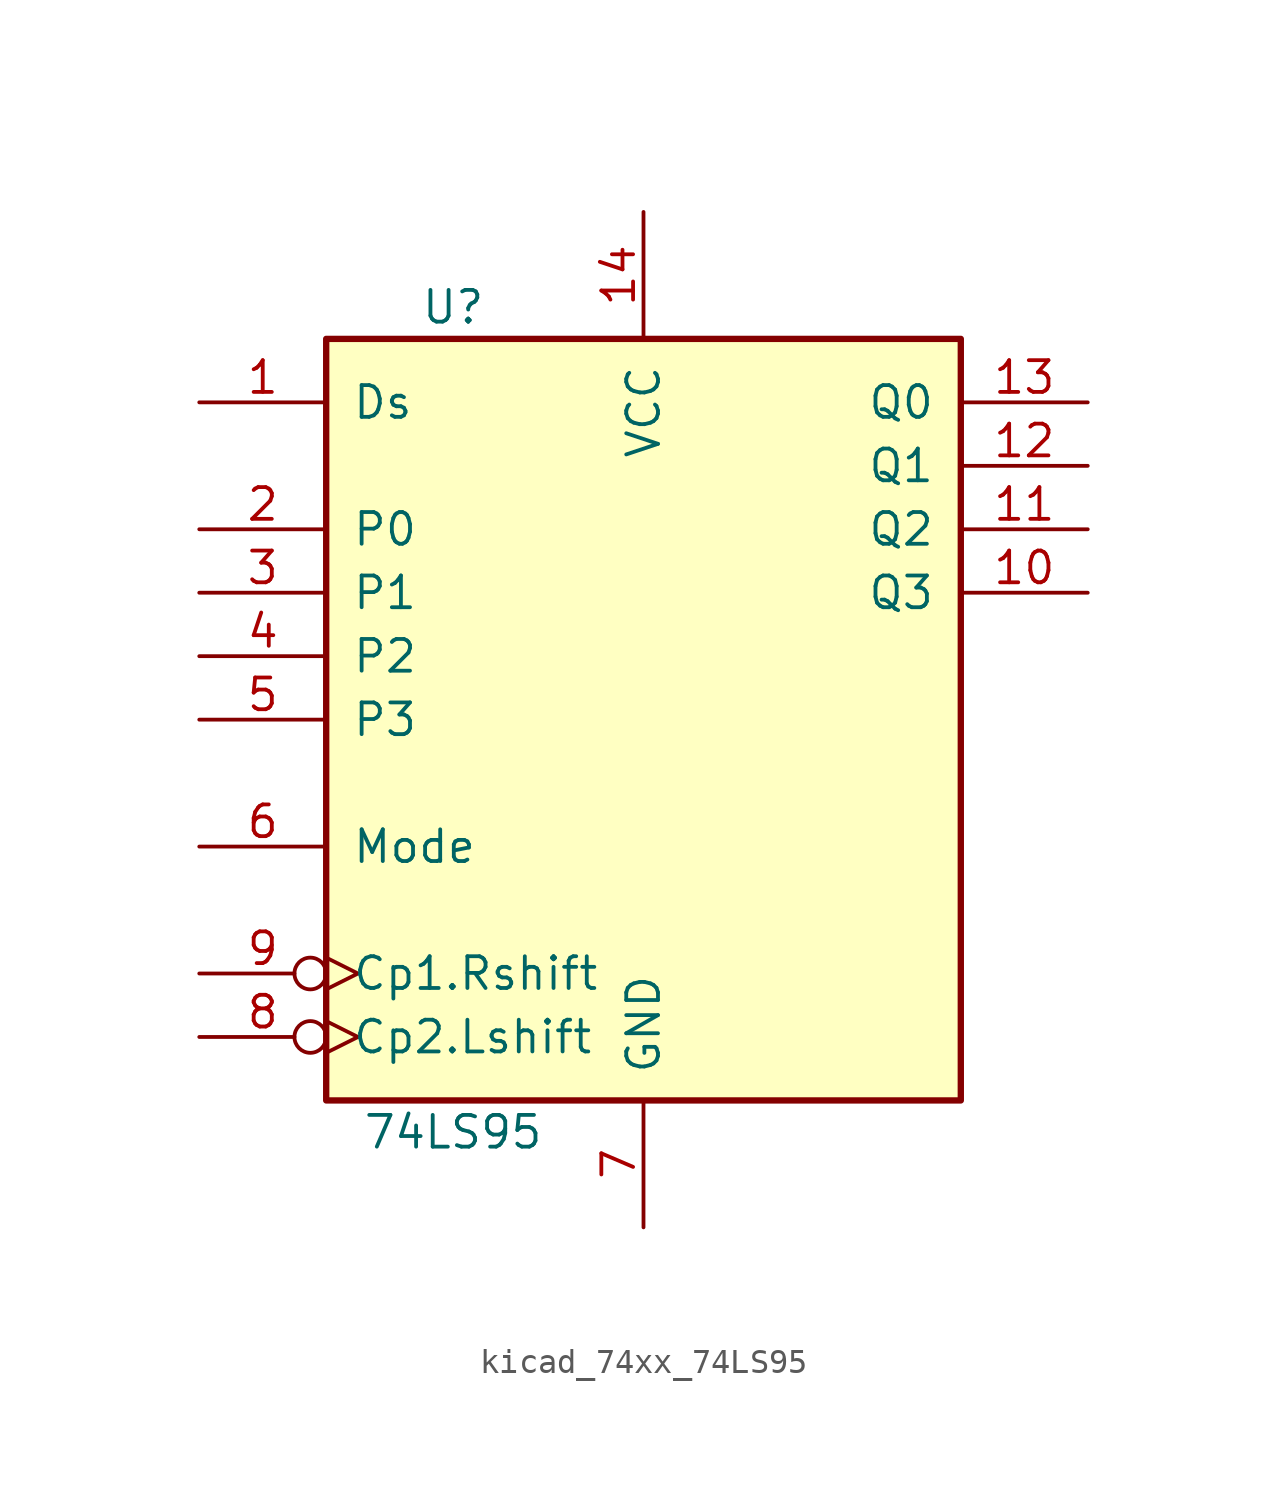
<source format=kicad_sym>
(kicad_symbol_lib
  (version 20220914)
  (generator kicad_symbol_editor)
  (symbol "kicad_74xx_74LS95"
    (pin_names
      (offset 1.016))
    (property "Reference" "U"
      (at -7.62 16.51 0)
      (effects (font (size 1.27 1.27))))
    (property "Value" "74LS95"
      (at -7.62 -16.51 0)
      (effects (font (size 1.27 1.27))))
    (property "ki_locked" ""
      (at 0 0 0)
      (effects (font (size 1.27 1.27))))
    (symbol "kicad_74xx_74LS95_1_0"
      (pin input line (at -17.78 12.7 0) (length 5.08) (name "Ds" (effects (font (size 1.27 1.27)))) (number "1" (effects (font (size 1.27 1.27)))))
      (pin output line (at 17.78 5.08 180) (length 5.08) (name "Q3" (effects (font (size 1.27 1.27)))) (number "10" (effects (font (size 1.27 1.27)))))
      (pin output line (at 17.78 7.62 180) (length 5.08) (name "Q2" (effects (font (size 1.27 1.27)))) (number "11" (effects (font (size 1.27 1.27)))))
      (pin output line (at 17.78 10.16 180) (length 5.08) (name "Q1" (effects (font (size 1.27 1.27)))) (number "12" (effects (font (size 1.27 1.27)))))
      (pin output line (at 17.78 12.7 180) (length 5.08) (name "Q0" (effects (font (size 1.27 1.27)))) (number "13" (effects (font (size 1.27 1.27)))))
      (pin power_in line (at 0 20.32 270) (length 5.08) (name "VCC" (effects (font (size 1.27 1.27)))) (number "14" (effects (font (size 1.27 1.27)))))
      (pin input line (at -17.78 7.62 0) (length 5.08) (name "P0" (effects (font (size 1.27 1.27)))) (number "2" (effects (font (size 1.27 1.27)))))
      (pin input line (at -17.78 5.08 0) (length 5.08) (name "P1" (effects (font (size 1.27 1.27)))) (number "3" (effects (font (size 1.27 1.27)))))
      (pin input line (at -17.78 2.54 0) (length 5.08) (name "P2" (effects (font (size 1.27 1.27)))) (number "4" (effects (font (size 1.27 1.27)))))
      (pin input line (at -17.78 0 0) (length 5.08) (name "P3" (effects (font (size 1.27 1.27)))) (number "5" (effects (font (size 1.27 1.27)))))
      (pin input line (at -17.78 -5.08 0) (length 5.08) (name "Mode" (effects (font (size 1.27 1.27)))) (number "6" (effects (font (size 1.27 1.27)))))
      (pin power_in line (at 0 -20.32 90) (length 5.08) (name "GND" (effects (font (size 1.27 1.27)))) (number "7" (effects (font (size 1.27 1.27)))))
      (pin input inverted_clock (at -17.78 -12.7 0) (length 5.08) (name "Cp2.Lshift" (effects (font (size 1.27 1.27)))) (number "8" (effects (font (size 1.27 1.27)))))
      (pin input inverted_clock (at -17.78 -10.16 0) (length 5.08) (name "Cp1.Rshift" (effects (font (size 1.27 1.27)))) (number "9" (effects (font (size 1.27 1.27))))))
    (symbol "kicad_74xx_74LS95_1_1"
      (rectangle (start -12.7 15.24) (end 12.7 -15.24) (stroke (width 0.254) (type default)) (fill (type background))))))
</source>
